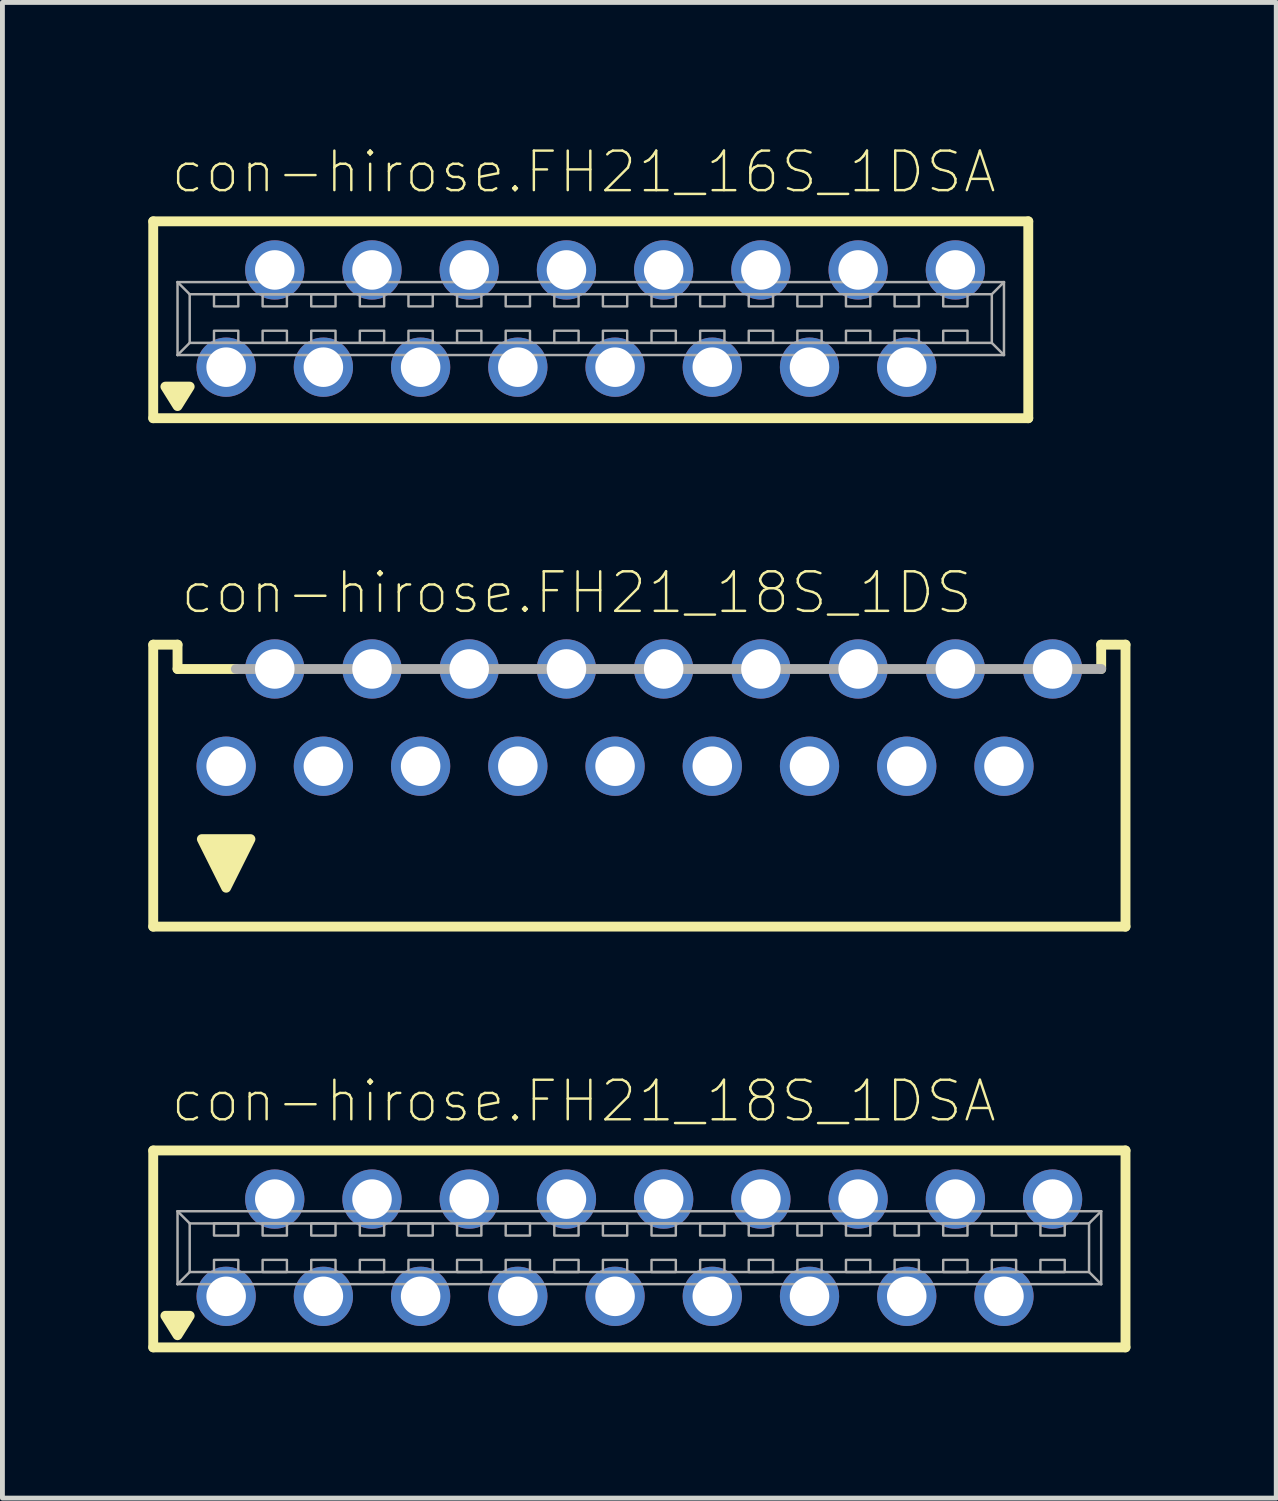
<source format=kicad_pcb>
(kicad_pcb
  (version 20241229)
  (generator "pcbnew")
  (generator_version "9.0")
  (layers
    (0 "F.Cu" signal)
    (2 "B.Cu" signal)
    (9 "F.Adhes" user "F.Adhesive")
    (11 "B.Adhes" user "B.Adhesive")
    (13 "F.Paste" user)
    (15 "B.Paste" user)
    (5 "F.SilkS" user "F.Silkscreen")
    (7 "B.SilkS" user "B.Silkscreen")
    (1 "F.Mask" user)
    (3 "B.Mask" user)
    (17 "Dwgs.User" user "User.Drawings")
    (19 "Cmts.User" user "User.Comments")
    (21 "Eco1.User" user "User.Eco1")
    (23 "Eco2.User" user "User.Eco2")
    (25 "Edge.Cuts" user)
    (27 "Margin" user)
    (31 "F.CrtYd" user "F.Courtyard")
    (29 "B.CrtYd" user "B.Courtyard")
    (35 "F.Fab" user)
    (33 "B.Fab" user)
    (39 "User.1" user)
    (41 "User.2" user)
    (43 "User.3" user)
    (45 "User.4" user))
  (footprint "con-hirose.FH21_18S_1DS"
    (layer "F.Cu")
    (at 10.102 12.711)
    (property "Reference" "con-hirose.FH21_18S_1DS" (at -9.472 -3.094 0) (layer "F.SilkS") (effects (font (size 0.813 0.813) (thickness 0.05)) (justify left bottom)))
    (attr through_hole)
    (fp_line (start -10 -2.5) (end -10 3.3) (stroke (width 0.203) (type default)) (layer "F.SilkS"))
    (fp_line (start -10 3.3) (end 10 3.3) (stroke (width 0.203) (type default)) (layer "F.SilkS"))
    (fp_line (start -9.5 -2.5) (end -10 -2.5) (stroke (width 0.203) (type default)) (layer "F.SilkS"))
    (fp_line (start -9.5 -2) (end -9.5 -2.5) (stroke (width 0.203) (type default)) (layer "F.SilkS"))
    (fp_line (start -9.5 -2) (end -8.3 -2) (stroke (width 0.203) (type default)) (layer "F.SilkS"))
    (fp_line (start 9.5 -2.5) (end 10 -2.5) (stroke (width 0.203) (type default)) (layer "F.SilkS"))
    (fp_line (start 9.5 -2) (end 9.5 -2.5) (stroke (width 0.203) (type default)) (layer "F.SilkS"))
    (fp_line (start 10 -2.5) (end 10 3.3) (stroke (width 0.203) (type default)) (layer "F.SilkS"))
    (fp_poly (pts (xy -8.5 2.5) (xy -9 1.5) (xy -8 1.5)) (stroke (width 0.203) (type default)) (fill yes) (layer "F.SilkS"))
    (fp_line (start -8.3 -2) (end 9.5 -2) (stroke (width 0.203) (type default)) (layer "F.Fab"))
    (pad "1" thru_hole circle (at -8.5 0) (size 1.219 1.219) (drill 0.813) (layers "*.Cu" "*.Mask"))
    (pad "2" thru_hole circle (at -7.5 -2) (size 1.219 1.219) (drill 0.813) (layers "*.Cu" "*.Mask"))
    (pad "3" thru_hole circle (at -6.5 0) (size 1.219 1.219) (drill 0.813) (layers "*.Cu" "*.Mask"))
    (pad "4" thru_hole circle (at -5.5 -2) (size 1.219 1.219) (drill 0.813) (layers "*.Cu" "*.Mask"))
    (pad "5" thru_hole circle (at -4.5 0) (size 1.219 1.219) (drill 0.813) (layers "*.Cu" "*.Mask"))
    (pad "6" thru_hole circle (at -3.5 -2) (size 1.219 1.219) (drill 0.813) (layers "*.Cu" "*.Mask"))
    (pad "7" thru_hole circle (at -2.5 0) (size 1.219 1.219) (drill 0.813) (layers "*.Cu" "*.Mask"))
    (pad "8" thru_hole circle (at -1.5 -2) (size 1.219 1.219) (drill 0.813) (layers "*.Cu" "*.Mask"))
    (pad "9" thru_hole circle (at -0.5 0) (size 1.219 1.219) (drill 0.813) (layers "*.Cu" "*.Mask"))
    (pad "10" thru_hole circle (at 0.5 -2) (size 1.219 1.219) (drill 0.813) (layers "*.Cu" "*.Mask"))
    (pad "11" thru_hole circle (at 1.5 0) (size 1.219 1.219) (drill 0.813) (layers "*.Cu" "*.Mask"))
    (pad "12" thru_hole circle (at 2.5 -2) (size 1.219 1.219) (drill 0.813) (layers "*.Cu" "*.Mask"))
    (pad "13" thru_hole circle (at 3.5 0) (size 1.219 1.219) (drill 0.813) (layers "*.Cu" "*.Mask"))
    (pad "14" thru_hole circle (at 4.5 -2) (size 1.219 1.219) (drill 0.813) (layers "*.Cu" "*.Mask"))
    (pad "15" thru_hole circle (at 5.5 0) (size 1.219 1.219) (drill 0.813) (layers "*.Cu" "*.Mask"))
    (pad "16" thru_hole circle (at 6.5 -2) (size 1.219 1.219) (drill 0.813) (layers "*.Cu" "*.Mask"))
    (pad "17" thru_hole circle (at 7.5 0) (size 1.219 1.219) (drill 0.813) (layers "*.Cu" "*.Mask"))
    (pad "18" thru_hole circle (at 8.5 -2) (size 1.219 1.219) (drill 0.813) (layers "*.Cu" "*.Mask")))
  (footprint "con-hirose.FH21_18S_1DSA"
    (layer "F.Cu")
    (at 10.102 22.616)
    (property "Reference" "con-hirose.FH21_18S_1DSA" (at -9.675 -2.54 0) (layer "F.SilkS") (effects (font (size 0.813 0.813) (thickness 0.05)) (justify left bottom)))
    (attr through_hole)
    (fp_line (start -10 -2) (end -10 2.05) (stroke (width 0.203) (type default)) (layer "F.SilkS"))
    (fp_line (start -10 2.05) (end 10 2.05) (stroke (width 0.203) (type default)) (layer "F.SilkS"))
    (fp_line (start 10 -2) (end -10 -2) (stroke (width 0.203) (type default)) (layer "F.SilkS"))
    (fp_line (start 10 -2) (end 10 2.05) (stroke (width 0.203) (type default)) (layer "F.SilkS"))
    (fp_poly (pts (xy -9.5 1.8) (xy -9.75 1.4) (xy -9.25 1.4)) (stroke (width 0.203) (type default)) (fill yes) (layer "F.SilkS"))
    (fp_line (start -9.5 -0.75) (end 9.5 -0.75) (stroke (width 0.051) (type default)) (layer "F.Fab"))
    (fp_line (start -9.5 0.75) (end -9.5 -0.75) (stroke (width 0.051) (type default)) (layer "F.Fab"))
    (fp_line (start -9.25 -0.5) (end -9.5 -0.75) (stroke (width 0.051) (type default)) (layer "F.Fab"))
    (fp_line (start -9.25 -0.5) (end 9.25 -0.5) (stroke (width 0.051) (type default)) (layer "F.Fab"))
    (fp_line (start -9.25 0.5) (end -9.5 0.75) (stroke (width 0.051) (type default)) (layer "F.Fab"))
    (fp_line (start -9.25 0.5) (end -9.25 -0.5) (stroke (width 0.051) (type default)) (layer "F.Fab"))
    (fp_line (start 9.25 -0.5) (end 9.25 0.5) (stroke (width 0.051) (type default)) (layer "F.Fab"))
    (fp_line (start 9.25 -0.5) (end 9.5 -0.75) (stroke (width 0.051) (type default)) (layer "F.Fab"))
    (fp_line (start 9.25 0.5) (end -9.25 0.5) (stroke (width 0.051) (type default)) (layer "F.Fab"))
    (fp_line (start 9.25 0.5) (end 9.5 0.75) (stroke (width 0.051) (type default)) (layer "F.Fab"))
    (fp_line (start 9.5 -0.75) (end 9.5 0.75) (stroke (width 0.051) (type default)) (layer "F.Fab"))
    (fp_line (start 9.5 0.75) (end -9.5 0.75) (stroke (width 0.051) (type default)) (layer "F.Fab"))
    (fp_rect (start -8.75 -0.25) (end -8.25 -0.5) (stroke (width 0.05) (type default)) (fill no) (layer "F.Fab"))
    (fp_rect (start -8.75 0.5) (end -8.25 0.25) (stroke (width 0.05) (type default)) (fill no) (layer "F.Fab"))
    (fp_rect (start -7.75 -0.25) (end -7.25 -0.5) (stroke (width 0.05) (type default)) (fill no) (layer "F.Fab"))
    (fp_rect (start -7.75 0.5) (end -7.25 0.25) (stroke (width 0.05) (type default)) (fill no) (layer "F.Fab"))
    (fp_rect (start -6.75 -0.25) (end -6.25 -0.5) (stroke (width 0.05) (type default)) (fill no) (layer "F.Fab"))
    (fp_rect (start -6.75 0.5) (end -6.25 0.25) (stroke (width 0.05) (type default)) (fill no) (layer "F.Fab"))
    (fp_rect (start -5.75 -0.25) (end -5.25 -0.5) (stroke (width 0.05) (type default)) (fill no) (layer "F.Fab"))
    (fp_rect (start -5.75 0.5) (end -5.25 0.25) (stroke (width 0.05) (type default)) (fill no) (layer "F.Fab"))
    (fp_rect (start -4.75 -0.25) (end -4.25 -0.5) (stroke (width 0.05) (type default)) (fill no) (layer "F.Fab"))
    (fp_rect (start -4.75 0.5) (end -4.25 0.25) (stroke (width 0.05) (type default)) (fill no) (layer "F.Fab"))
    (fp_rect (start -3.75 -0.25) (end -3.25 -0.5) (stroke (width 0.05) (type default)) (fill no) (layer "F.Fab"))
    (fp_rect (start -3.75 0.5) (end -3.25 0.25) (stroke (width 0.05) (type default)) (fill no) (layer "F.Fab"))
    (fp_rect (start -2.75 -0.25) (end -2.25 -0.5) (stroke (width 0.05) (type default)) (fill no) (layer "F.Fab"))
    (fp_rect (start -2.75 0.5) (end -2.25 0.25) (stroke (width 0.05) (type default)) (fill no) (layer "F.Fab"))
    (fp_rect (start -1.75 -0.25) (end -1.25 -0.5) (stroke (width 0.05) (type default)) (fill no) (layer "F.Fab"))
    (fp_rect (start -1.75 0.5) (end -1.25 0.25) (stroke (width 0.05) (type default)) (fill no) (layer "F.Fab"))
    (fp_rect (start -0.75 -0.25) (end -0.25 -0.5) (stroke (width 0.05) (type default)) (fill no) (layer "F.Fab"))
    (fp_rect (start -0.75 0.5) (end -0.25 0.25) (stroke (width 0.05) (type default)) (fill no) (layer "F.Fab"))
    (fp_rect (start 0.25 -0.25) (end 0.75 -0.5) (stroke (width 0.05) (type default)) (fill no) (layer "F.Fab"))
    (fp_rect (start 0.25 0.5) (end 0.75 0.25) (stroke (width 0.05) (type default)) (fill no) (layer "F.Fab"))
    (fp_rect (start 1.25 -0.25) (end 1.75 -0.5) (stroke (width 0.05) (type default)) (fill no) (layer "F.Fab"))
    (fp_rect (start 1.25 0.5) (end 1.75 0.25) (stroke (width 0.05) (type default)) (fill no) (layer "F.Fab"))
    (fp_rect (start 2.25 -0.25) (end 2.75 -0.5) (stroke (width 0.05) (type default)) (fill no) (layer "F.Fab"))
    (fp_rect (start 2.25 0.5) (end 2.75 0.25) (stroke (width 0.05) (type default)) (fill no) (layer "F.Fab"))
    (fp_rect (start 3.25 -0.25) (end 3.75 -0.5) (stroke (width 0.05) (type default)) (fill no) (layer "F.Fab"))
    (fp_rect (start 3.25 0.5) (end 3.75 0.25) (stroke (width 0.05) (type default)) (fill no) (layer "F.Fab"))
    (fp_rect (start 4.25 -0.25) (end 4.75 -0.5) (stroke (width 0.05) (type default)) (fill no) (layer "F.Fab"))
    (fp_rect (start 4.25 0.5) (end 4.75 0.25) (stroke (width 0.05) (type default)) (fill no) (layer "F.Fab"))
    (fp_rect (start 5.25 -0.25) (end 5.75 -0.5) (stroke (width 0.05) (type default)) (fill no) (layer "F.Fab"))
    (fp_rect (start 5.25 0.5) (end 5.75 0.25) (stroke (width 0.05) (type default)) (fill no) (layer "F.Fab"))
    (fp_rect (start 6.25 -0.25) (end 6.75 -0.5) (stroke (width 0.05) (type default)) (fill no) (layer "F.Fab"))
    (fp_rect (start 6.25 0.5) (end 6.75 0.25) (stroke (width 0.05) (type default)) (fill no) (layer "F.Fab"))
    (fp_rect (start 7.25 -0.25) (end 7.75 -0.5) (stroke (width 0.05) (type default)) (fill no) (layer "F.Fab"))
    (fp_rect (start 7.25 0.5) (end 7.75 0.25) (stroke (width 0.05) (type default)) (fill no) (layer "F.Fab"))
    (fp_rect (start 8.25 -0.25) (end 8.75 -0.5) (stroke (width 0.05) (type default)) (fill no) (layer "F.Fab"))
    (fp_rect (start 8.25 0.5) (end 8.75 0.25) (stroke (width 0.05) (type default)) (fill no) (layer "F.Fab"))
    (pad "1" thru_hole circle (at -8.5 1) (size 1.219 1.219) (drill 0.813) (layers "*.Cu" "*.Mask"))
    (pad "2" thru_hole circle (at -7.5 -1) (size 1.219 1.219) (drill 0.813) (layers "*.Cu" "*.Mask"))
    (pad "3" thru_hole circle (at -6.5 1) (size 1.219 1.219) (drill 0.813) (layers "*.Cu" "*.Mask"))
    (pad "4" thru_hole circle (at -5.5 -1) (size 1.219 1.219) (drill 0.813) (layers "*.Cu" "*.Mask"))
    (pad "5" thru_hole circle (at -4.5 1) (size 1.219 1.219) (drill 0.813) (layers "*.Cu" "*.Mask"))
    (pad "6" thru_hole circle (at -3.5 -1) (size 1.219 1.219) (drill 0.813) (layers "*.Cu" "*.Mask"))
    (pad "7" thru_hole circle (at -2.5 1) (size 1.219 1.219) (drill 0.813) (layers "*.Cu" "*.Mask"))
    (pad "8" thru_hole circle (at -1.5 -1) (size 1.219 1.219) (drill 0.813) (layers "*.Cu" "*.Mask"))
    (pad "9" thru_hole circle (at -0.5 1) (size 1.219 1.219) (drill 0.813) (layers "*.Cu" "*.Mask"))
    (pad "10" thru_hole circle (at 0.5 -1) (size 1.219 1.219) (drill 0.813) (layers "*.Cu" "*.Mask"))
    (pad "11" thru_hole circle (at 1.5 1) (size 1.219 1.219) (drill 0.813) (layers "*.Cu" "*.Mask"))
    (pad "12" thru_hole circle (at 2.5 -1) (size 1.219 1.219) (drill 0.813) (layers "*.Cu" "*.Mask"))
    (pad "13" thru_hole circle (at 3.5 1) (size 1.219 1.219) (drill 0.813) (layers "*.Cu" "*.Mask"))
    (pad "14" thru_hole circle (at 4.5 -1) (size 1.219 1.219) (drill 0.813) (layers "*.Cu" "*.Mask"))
    (pad "15" thru_hole circle (at 5.5 1) (size 1.219 1.219) (drill 0.813) (layers "*.Cu" "*.Mask"))
    (pad "16" thru_hole circle (at 6.5 -1) (size 1.219 1.219) (drill 0.813) (layers "*.Cu" "*.Mask"))
    (pad "17" thru_hole circle (at 7.5 1) (size 1.219 1.219) (drill 0.813) (layers "*.Cu" "*.Mask"))
    (pad "18" thru_hole circle (at 8.5 -1) (size 1.219 1.219) (drill 0.813) (layers "*.Cu" "*.Mask")))
  (footprint "con-hirose.FH21_16S_1DSA"
    (layer "F.Cu")
    (at 9.102 3.503)
    (property "Reference" "con-hirose.FH21_16S_1DSA" (at -8.675 -2.54 0) (layer "F.SilkS") (effects (font (size 0.813 0.813) (thickness 0.05)) (justify left bottom)))
    (attr through_hole)
    (fp_line (start -9 -2) (end -9 2.05) (stroke (width 0.203) (type default)) (layer "F.SilkS"))
    (fp_line (start -9 2.05) (end 9 2.05) (stroke (width 0.203) (type default)) (layer "F.SilkS"))
    (fp_line (start 9 -2) (end -9 -2) (stroke (width 0.203) (type default)) (layer "F.SilkS"))
    (fp_line (start 9 -2) (end 9 2.05) (stroke (width 0.203) (type default)) (layer "F.SilkS"))
    (fp_poly (pts (xy -8.5 1.8) (xy -8.75 1.4) (xy -8.25 1.4)) (stroke (width 0.203) (type default)) (fill yes) (layer "F.SilkS"))
    (fp_line (start -8.5 -0.75) (end 8.5 -0.75) (stroke (width 0.051) (type default)) (layer "F.Fab"))
    (fp_line (start -8.5 0.75) (end -8.5 -0.75) (stroke (width 0.051) (type default)) (layer "F.Fab"))
    (fp_line (start -8.25 -0.5) (end -8.5 -0.75) (stroke (width 0.051) (type default)) (layer "F.Fab"))
    (fp_line (start -8.25 -0.5) (end 8.25 -0.5) (stroke (width 0.051) (type default)) (layer "F.Fab"))
    (fp_line (start -8.25 0.5) (end -8.5 0.75) (stroke (width 0.051) (type default)) (layer "F.Fab"))
    (fp_line (start -8.25 0.5) (end -8.25 -0.5) (stroke (width 0.051) (type default)) (layer "F.Fab"))
    (fp_line (start 8.25 -0.5) (end 8.25 0.5) (stroke (width 0.051) (type default)) (layer "F.Fab"))
    (fp_line (start 8.25 -0.5) (end 8.5 -0.75) (stroke (width 0.051) (type default)) (layer "F.Fab"))
    (fp_line (start 8.25 0.5) (end -8.25 0.5) (stroke (width 0.051) (type default)) (layer "F.Fab"))
    (fp_line (start 8.25 0.5) (end 8.5 0.75) (stroke (width 0.051) (type default)) (layer "F.Fab"))
    (fp_line (start 8.5 -0.75) (end 8.5 0.75) (stroke (width 0.051) (type default)) (layer "F.Fab"))
    (fp_line (start 8.5 0.75) (end -8.5 0.75) (stroke (width 0.051) (type default)) (layer "F.Fab"))
    (fp_rect (start -7.75 -0.25) (end -7.25 -0.5) (stroke (width 0.05) (type default)) (fill no) (layer "F.Fab"))
    (fp_rect (start -7.75 0.5) (end -7.25 0.25) (stroke (width 0.05) (type default)) (fill no) (layer "F.Fab"))
    (fp_rect (start -6.75 -0.25) (end -6.25 -0.5) (stroke (width 0.05) (type default)) (fill no) (layer "F.Fab"))
    (fp_rect (start -6.75 0.5) (end -6.25 0.25) (stroke (width 0.05) (type default)) (fill no) (layer "F.Fab"))
    (fp_rect (start -5.75 -0.25) (end -5.25 -0.5) (stroke (width 0.05) (type default)) (fill no) (layer "F.Fab"))
    (fp_rect (start -5.75 0.5) (end -5.25 0.25) (stroke (width 0.05) (type default)) (fill no) (layer "F.Fab"))
    (fp_rect (start -4.75 -0.25) (end -4.25 -0.5) (stroke (width 0.05) (type default)) (fill no) (layer "F.Fab"))
    (fp_rect (start -4.75 0.5) (end -4.25 0.25) (stroke (width 0.05) (type default)) (fill no) (layer "F.Fab"))
    (fp_rect (start -3.75 -0.25) (end -3.25 -0.5) (stroke (width 0.05) (type default)) (fill no) (layer "F.Fab"))
    (fp_rect (start -3.75 0.5) (end -3.25 0.25) (stroke (width 0.05) (type default)) (fill no) (layer "F.Fab"))
    (fp_rect (start -2.75 -0.25) (end -2.25 -0.5) (stroke (width 0.05) (type default)) (fill no) (layer "F.Fab"))
    (fp_rect (start -2.75 0.5) (end -2.25 0.25) (stroke (width 0.05) (type default)) (fill no) (layer "F.Fab"))
    (fp_rect (start -1.75 -0.25) (end -1.25 -0.5) (stroke (width 0.05) (type default)) (fill no) (layer "F.Fab"))
    (fp_rect (start -1.75 0.5) (end -1.25 0.25) (stroke (width 0.05) (type default)) (fill no) (layer "F.Fab"))
    (fp_rect (start -0.75 -0.25) (end -0.25 -0.5) (stroke (width 0.05) (type default)) (fill no) (layer "F.Fab"))
    (fp_rect (start -0.75 0.5) (end -0.25 0.25) (stroke (width 0.05) (type default)) (fill no) (layer "F.Fab"))
    (fp_rect (start 0.25 -0.25) (end 0.75 -0.5) (stroke (width 0.05) (type default)) (fill no) (layer "F.Fab"))
    (fp_rect (start 0.25 0.5) (end 0.75 0.25) (stroke (width 0.05) (type default)) (fill no) (layer "F.Fab"))
    (fp_rect (start 1.25 -0.25) (end 1.75 -0.5) (stroke (width 0.05) (type default)) (fill no) (layer "F.Fab"))
    (fp_rect (start 1.25 0.5) (end 1.75 0.25) (stroke (width 0.05) (type default)) (fill no) (layer "F.Fab"))
    (fp_rect (start 2.25 -0.25) (end 2.75 -0.5) (stroke (width 0.05) (type default)) (fill no) (layer "F.Fab"))
    (fp_rect (start 2.25 0.5) (end 2.75 0.25) (stroke (width 0.05) (type default)) (fill no) (layer "F.Fab"))
    (fp_rect (start 3.25 -0.25) (end 3.75 -0.5) (stroke (width 0.05) (type default)) (fill no) (layer "F.Fab"))
    (fp_rect (start 3.25 0.5) (end 3.75 0.25) (stroke (width 0.05) (type default)) (fill no) (layer "F.Fab"))
    (fp_rect (start 4.25 -0.25) (end 4.75 -0.5) (stroke (width 0.05) (type default)) (fill no) (layer "F.Fab"))
    (fp_rect (start 4.25 0.5) (end 4.75 0.25) (stroke (width 0.05) (type default)) (fill no) (layer "F.Fab"))
    (fp_rect (start 5.25 -0.25) (end 5.75 -0.5) (stroke (width 0.05) (type default)) (fill no) (layer "F.Fab"))
    (fp_rect (start 5.25 0.5) (end 5.75 0.25) (stroke (width 0.05) (type default)) (fill no) (layer "F.Fab"))
    (fp_rect (start 6.25 -0.25) (end 6.75 -0.5) (stroke (width 0.05) (type default)) (fill no) (layer "F.Fab"))
    (fp_rect (start 6.25 0.5) (end 6.75 0.25) (stroke (width 0.05) (type default)) (fill no) (layer "F.Fab"))
    (fp_rect (start 7.25 -0.25) (end 7.75 -0.5) (stroke (width 0.05) (type default)) (fill no) (layer "F.Fab"))
    (fp_rect (start 7.25 0.5) (end 7.75 0.25) (stroke (width 0.05) (type default)) (fill no) (layer "F.Fab"))
    (pad "1" thru_hole circle (at -7.5 1) (size 1.219 1.219) (drill 0.813) (layers "*.Cu" "*.Mask"))
    (pad "2" thru_hole circle (at -6.5 -1) (size 1.219 1.219) (drill 0.813) (layers "*.Cu" "*.Mask"))
    (pad "3" thru_hole circle (at -5.5 1) (size 1.219 1.219) (drill 0.813) (layers "*.Cu" "*.Mask"))
    (pad "4" thru_hole circle (at -4.5 -1) (size 1.219 1.219) (drill 0.813) (layers "*.Cu" "*.Mask"))
    (pad "5" thru_hole circle (at -3.5 1) (size 1.219 1.219) (drill 0.813) (layers "*.Cu" "*.Mask"))
    (pad "6" thru_hole circle (at -2.5 -1) (size 1.219 1.219) (drill 0.813) (layers "*.Cu" "*.Mask"))
    (pad "7" thru_hole circle (at -1.5 1) (size 1.219 1.219) (drill 0.813) (layers "*.Cu" "*.Mask"))
    (pad "8" thru_hole circle (at -0.5 -1) (size 1.219 1.219) (drill 0.813) (layers "*.Cu" "*.Mask"))
    (pad "9" thru_hole circle (at 0.5 1) (size 1.219 1.219) (drill 0.813) (layers "*.Cu" "*.Mask"))
    (pad "10" thru_hole circle (at 1.5 -1) (size 1.219 1.219) (drill 0.813) (layers "*.Cu" "*.Mask"))
    (pad "11" thru_hole circle (at 2.5 1) (size 1.219 1.219) (drill 0.813) (layers "*.Cu" "*.Mask"))
    (pad "12" thru_hole circle (at 3.5 -1) (size 1.219 1.219) (drill 0.813) (layers "*.Cu" "*.Mask"))
    (pad "13" thru_hole circle (at 4.5 1) (size 1.219 1.219) (drill 0.813) (layers "*.Cu" "*.Mask"))
    (pad "14" thru_hole circle (at 5.5 -1) (size 1.219 1.219) (drill 0.813) (layers "*.Cu" "*.Mask"))
    (pad "15" thru_hole circle (at 6.5 1) (size 1.219 1.219) (drill 0.813) (layers "*.Cu" "*.Mask"))
    (pad "16" thru_hole circle (at 7.5 -1) (size 1.219 1.219) (drill 0.813) (layers "*.Cu" "*.Mask")))
  (gr_rect
    (start -3 -3)
    (end 23.203 27.767)
    (stroke (width 0.1) (type default))
    (fill no)
    (layer "Edge.Cuts")))
</source>
